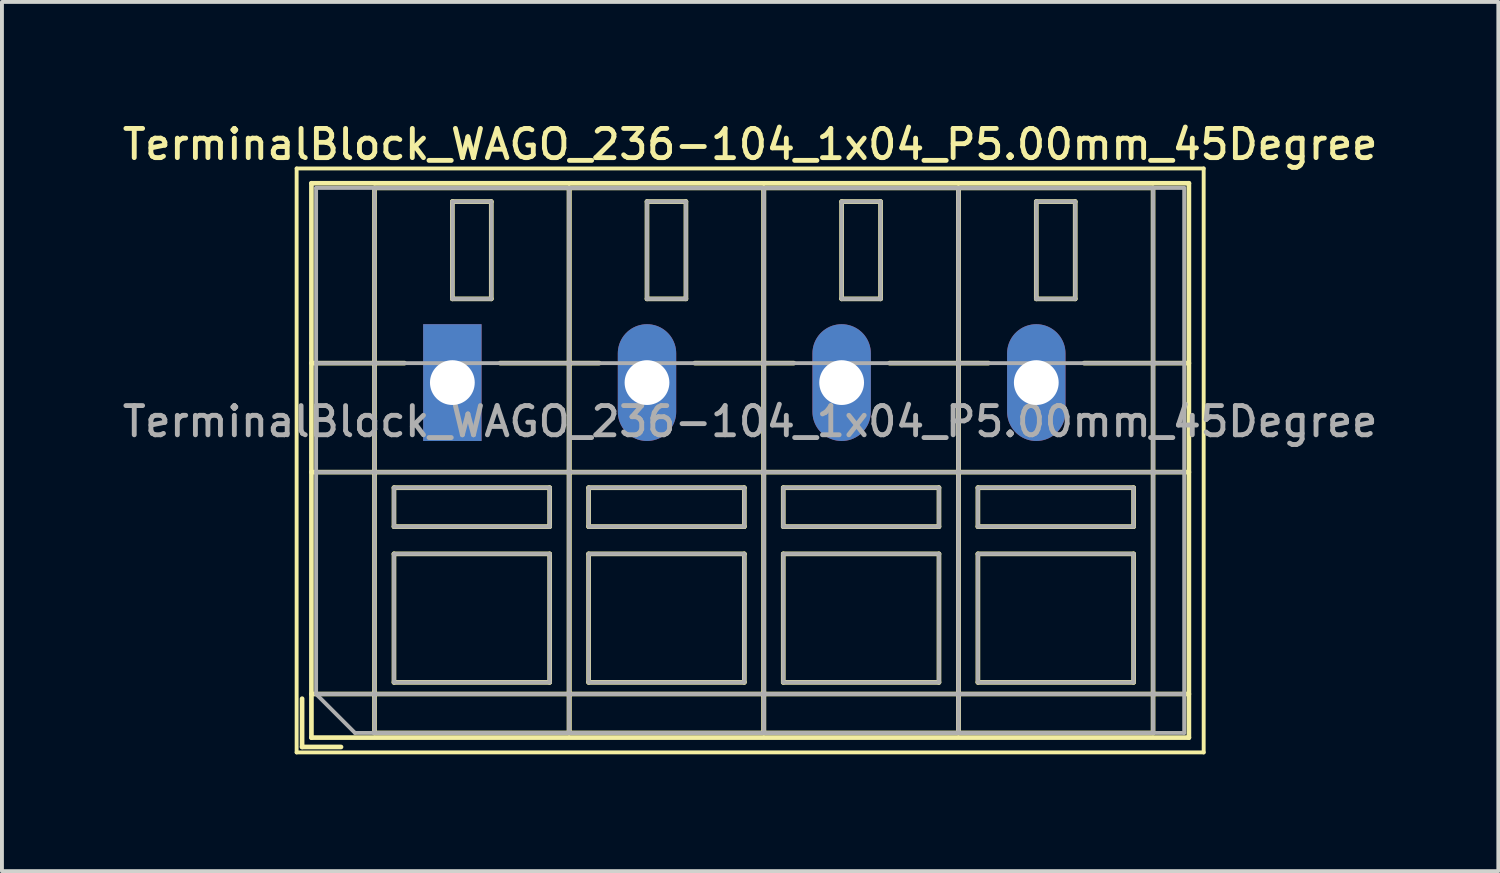
<source format=kicad_pcb>
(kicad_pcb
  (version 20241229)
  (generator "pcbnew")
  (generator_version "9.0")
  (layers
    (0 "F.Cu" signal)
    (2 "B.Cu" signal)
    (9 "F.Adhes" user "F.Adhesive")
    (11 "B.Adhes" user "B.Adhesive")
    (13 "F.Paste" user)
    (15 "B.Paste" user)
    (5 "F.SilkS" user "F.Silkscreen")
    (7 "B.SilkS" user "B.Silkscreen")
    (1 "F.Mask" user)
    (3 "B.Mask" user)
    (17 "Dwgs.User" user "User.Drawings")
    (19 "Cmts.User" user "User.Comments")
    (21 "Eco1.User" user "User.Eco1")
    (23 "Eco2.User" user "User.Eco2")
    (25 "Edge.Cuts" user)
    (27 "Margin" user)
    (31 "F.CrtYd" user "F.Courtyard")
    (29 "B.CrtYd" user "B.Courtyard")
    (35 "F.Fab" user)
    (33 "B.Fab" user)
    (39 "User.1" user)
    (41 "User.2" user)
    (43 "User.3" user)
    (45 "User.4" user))
  (footprint "TerminalBlock_WAGO_236-104_1x04_P5.00mm_45Degree"
    (layer "F.Cu")
    (at 8.57 6.778)
    (property "Reference" "TerminalBlock_WAGO_236-104_1x04_P5.00mm_45Degree" (at 7.65 -6.12 0) (layer "F.SilkS") (effects (font (size 0.75 0.75) (thickness 0.125))))
    (attr through_hole)
    (fp_line (start -4 -5.5) (end -4 9.5) (stroke (width 0.1) (type solid)) (layer "F.SilkS"))
    (fp_line (start -4 9.5) (end 19.3 9.5) (stroke (width 0.1) (type solid)) (layer "F.SilkS"))
    (fp_line (start -3.86 8.12) (end -3.86 9.36) (stroke (width 0.12) (type solid)) (layer "F.SilkS"))
    (fp_line (start -3.86 9.36) (end -2.86 9.36) (stroke (width 0.12) (type solid)) (layer "F.SilkS"))
    (fp_line (start -3.62 -5.12) (end -3.62 9.12) (stroke (width 0.12) (type solid)) (layer "F.SilkS"))
    (fp_line (start -3.62 -5.12) (end 18.92 -5.12) (stroke (width 0.12) (type solid)) (layer "F.SilkS"))
    (fp_line (start -3.62 -0.5) (end -1.23 -0.5) (stroke (width 0.12) (type solid)) (layer "F.SilkS"))
    (fp_line (start -3.62 2.3) (end 18.92 2.3) (stroke (width 0.12) (type solid)) (layer "F.SilkS"))
    (fp_line (start -3.62 8) (end 18.92 8) (stroke (width 0.12) (type solid)) (layer "F.SilkS"))
    (fp_line (start -3.62 9.12) (end 18.92 9.12) (stroke (width 0.12) (type solid)) (layer "F.SilkS"))
    (fp_line (start -2 -5) (end -2 9) (stroke (width 0.12) (type solid)) (layer "F.SilkS"))
    (fp_line (start -2 -5) (end 3 -5) (stroke (width 0.12) (type solid)) (layer "F.SilkS"))
    (fp_line (start -2 9) (end 3 9) (stroke (width 0.12) (type solid)) (layer "F.SilkS"))
    (fp_line (start -1.5 2.7) (end -1.5 3.7) (stroke (width 0.12) (type solid)) (layer "F.SilkS"))
    (fp_line (start -1.5 2.7) (end 2.5 2.7) (stroke (width 0.12) (type solid)) (layer "F.SilkS"))
    (fp_line (start -1.5 3.7) (end 2.5 3.7) (stroke (width 0.12) (type solid)) (layer "F.SilkS"))
    (fp_line (start -1.5 4.4) (end -1.5 7.7) (stroke (width 0.12) (type solid)) (layer "F.SilkS"))
    (fp_line (start -1.5 4.4) (end 2.5 4.4) (stroke (width 0.12) (type solid)) (layer "F.SilkS"))
    (fp_line (start -1.5 7.7) (end 2.5 7.7) (stroke (width 0.12) (type solid)) (layer "F.SilkS"))
    (fp_line (start 0 -4.65) (end 0 -2.151) (stroke (width 0.12) (type solid)) (layer "F.SilkS"))
    (fp_line (start 0 -4.65) (end 1 -4.65) (stroke (width 0.12) (type solid)) (layer "F.SilkS"))
    (fp_line (start 0 -2.151) (end 1 -2.151) (stroke (width 0.12) (type solid)) (layer "F.SilkS"))
    (fp_line (start 1 -4.65) (end 1 -2.151) (stroke (width 0.12) (type solid)) (layer "F.SilkS"))
    (fp_line (start 1.23 -0.5) (end 3.77 -0.5) (stroke (width 0.12) (type solid)) (layer "F.SilkS"))
    (fp_line (start 2.5 2.7) (end 2.5 3.7) (stroke (width 0.12) (type solid)) (layer "F.SilkS"))
    (fp_line (start 2.5 4.4) (end 2.5 7.7) (stroke (width 0.12) (type solid)) (layer "F.SilkS"))
    (fp_line (start 3 -5) (end 3 9) (stroke (width 0.12) (type solid)) (layer "F.SilkS"))
    (fp_line (start 3 -5) (end 3 9) (stroke (width 0.12) (type solid)) (layer "F.SilkS"))
    (fp_line (start 3 -5) (end 8 -5) (stroke (width 0.12) (type solid)) (layer "F.SilkS"))
    (fp_line (start 3 9) (end 8 9) (stroke (width 0.12) (type solid)) (layer "F.SilkS"))
    (fp_line (start 3.5 2.7) (end 3.5 3.7) (stroke (width 0.12) (type solid)) (layer "F.SilkS"))
    (fp_line (start 3.5 2.7) (end 7.5 2.7) (stroke (width 0.12) (type solid)) (layer "F.SilkS"))
    (fp_line (start 3.5 3.7) (end 7.5 3.7) (stroke (width 0.12) (type solid)) (layer "F.SilkS"))
    (fp_line (start 3.5 4.4) (end 3.5 7.7) (stroke (width 0.12) (type solid)) (layer "F.SilkS"))
    (fp_line (start 3.5 4.4) (end 7.5 4.4) (stroke (width 0.12) (type solid)) (layer "F.SilkS"))
    (fp_line (start 3.5 7.7) (end 7.5 7.7) (stroke (width 0.12) (type solid)) (layer "F.SilkS"))
    (fp_line (start 5 -4.65) (end 5 -2.151) (stroke (width 0.12) (type solid)) (layer "F.SilkS"))
    (fp_line (start 5 -4.65) (end 6 -4.65) (stroke (width 0.12) (type solid)) (layer "F.SilkS"))
    (fp_line (start 5 -2.151) (end 6 -2.151) (stroke (width 0.12) (type solid)) (layer "F.SilkS"))
    (fp_line (start 6 -4.65) (end 6 -2.151) (stroke (width 0.12) (type solid)) (layer "F.SilkS"))
    (fp_line (start 6.23 -0.5) (end 8.77 -0.5) (stroke (width 0.12) (type solid)) (layer "F.SilkS"))
    (fp_line (start 7.5 2.7) (end 7.5 3.7) (stroke (width 0.12) (type solid)) (layer "F.SilkS"))
    (fp_line (start 7.5 4.4) (end 7.5 7.7) (stroke (width 0.12) (type solid)) (layer "F.SilkS"))
    (fp_line (start 8 -5) (end 8 9) (stroke (width 0.12) (type solid)) (layer "F.SilkS"))
    (fp_line (start 8 -5) (end 8 9) (stroke (width 0.12) (type solid)) (layer "F.SilkS"))
    (fp_line (start 8 -5) (end 13 -5) (stroke (width 0.12) (type solid)) (layer "F.SilkS"))
    (fp_line (start 8 9) (end 13 9) (stroke (width 0.12) (type solid)) (layer "F.SilkS"))
    (fp_line (start 8.5 2.7) (end 8.5 3.7) (stroke (width 0.12) (type solid)) (layer "F.SilkS"))
    (fp_line (start 8.5 2.7) (end 12.5 2.7) (stroke (width 0.12) (type solid)) (layer "F.SilkS"))
    (fp_line (start 8.5 3.7) (end 12.5 3.7) (stroke (width 0.12) (type solid)) (layer "F.SilkS"))
    (fp_line (start 8.5 4.4) (end 8.5 7.7) (stroke (width 0.12) (type solid)) (layer "F.SilkS"))
    (fp_line (start 8.5 4.4) (end 12.5 4.4) (stroke (width 0.12) (type solid)) (layer "F.SilkS"))
    (fp_line (start 8.5 7.7) (end 12.5 7.7) (stroke (width 0.12) (type solid)) (layer "F.SilkS"))
    (fp_line (start 10 -4.65) (end 10 -2.151) (stroke (width 0.12) (type solid)) (layer "F.SilkS"))
    (fp_line (start 10 -4.65) (end 11 -4.65) (stroke (width 0.12) (type solid)) (layer "F.SilkS"))
    (fp_line (start 10 -2.151) (end 11 -2.151) (stroke (width 0.12) (type solid)) (layer "F.SilkS"))
    (fp_line (start 11 -4.65) (end 11 -2.151) (stroke (width 0.12) (type solid)) (layer "F.SilkS"))
    (fp_line (start 11.23 -0.5) (end 13.77 -0.5) (stroke (width 0.12) (type solid)) (layer "F.SilkS"))
    (fp_line (start 12.5 2.7) (end 12.5 3.7) (stroke (width 0.12) (type solid)) (layer "F.SilkS"))
    (fp_line (start 12.5 4.4) (end 12.5 7.7) (stroke (width 0.12) (type solid)) (layer "F.SilkS"))
    (fp_line (start 13 -5) (end 13 9) (stroke (width 0.12) (type solid)) (layer "F.SilkS"))
    (fp_line (start 13 -5) (end 13 9) (stroke (width 0.12) (type solid)) (layer "F.SilkS"))
    (fp_line (start 13 -5) (end 18 -5) (stroke (width 0.12) (type solid)) (layer "F.SilkS"))
    (fp_line (start 13 9) (end 18 9) (stroke (width 0.12) (type solid)) (layer "F.SilkS"))
    (fp_line (start 13.5 2.7) (end 13.5 3.7) (stroke (width 0.12) (type solid)) (layer "F.SilkS"))
    (fp_line (start 13.5 2.7) (end 17.5 2.7) (stroke (width 0.12) (type solid)) (layer "F.SilkS"))
    (fp_line (start 13.5 3.7) (end 17.5 3.7) (stroke (width 0.12) (type solid)) (layer "F.SilkS"))
    (fp_line (start 13.5 4.4) (end 13.5 7.7) (stroke (width 0.12) (type solid)) (layer "F.SilkS"))
    (fp_line (start 13.5 4.4) (end 17.5 4.4) (stroke (width 0.12) (type solid)) (layer "F.SilkS"))
    (fp_line (start 13.5 7.7) (end 17.5 7.7) (stroke (width 0.12) (type solid)) (layer "F.SilkS"))
    (fp_line (start 15 -4.65) (end 15 -2.151) (stroke (width 0.12) (type solid)) (layer "F.SilkS"))
    (fp_line (start 15 -4.65) (end 16 -4.65) (stroke (width 0.12) (type solid)) (layer "F.SilkS"))
    (fp_line (start 15 -2.151) (end 16 -2.151) (stroke (width 0.12) (type solid)) (layer "F.SilkS"))
    (fp_line (start 16 -4.65) (end 16 -2.151) (stroke (width 0.12) (type solid)) (layer "F.SilkS"))
    (fp_line (start 16.23 -0.5) (end 18.92 -0.5) (stroke (width 0.12) (type solid)) (layer "F.SilkS"))
    (fp_line (start 17.5 2.7) (end 17.5 3.7) (stroke (width 0.12) (type solid)) (layer "F.SilkS"))
    (fp_line (start 17.5 4.4) (end 17.5 7.7) (stroke (width 0.12) (type solid)) (layer "F.SilkS"))
    (fp_line (start 18 -5) (end 18 9) (stroke (width 0.12) (type solid)) (layer "F.SilkS"))
    (fp_line (start 18.92 -5.12) (end 18.92 9.12) (stroke (width 0.12) (type solid)) (layer "F.SilkS"))
    (fp_line (start 19.3 -5.5) (end -4 -5.5) (stroke (width 0.1) (type solid)) (layer "F.SilkS"))
    (fp_line (start 19.3 9.5) (end 19.3 -5.5) (stroke (width 0.1) (type solid)) (layer "F.SilkS"))
    (fp_line (start -3.5 -5) (end 18.8 -5) (stroke (width 0.1) (type solid)) (layer "F.Fab"))
    (fp_line (start -3.5 -0.5) (end 18.8 -0.5) (stroke (width 0.1) (type solid)) (layer "F.Fab"))
    (fp_line (start -3.5 2.3) (end 18.8 2.3) (stroke (width 0.1) (type solid)) (layer "F.Fab"))
    (fp_line (start -3.5 8) (end -3.5 -5) (stroke (width 0.1) (type solid)) (layer "F.Fab"))
    (fp_line (start -3.5 8) (end 18.8 8) (stroke (width 0.1) (type solid)) (layer "F.Fab"))
    (fp_line (start -2.5 9) (end -3.5 8) (stroke (width 0.1) (type solid)) (layer "F.Fab"))
    (fp_line (start -2 -5) (end -2 9) (stroke (width 0.1) (type solid)) (layer "F.Fab"))
    (fp_line (start -2 9) (end 3 9) (stroke (width 0.1) (type solid)) (layer "F.Fab"))
    (fp_line (start -1.5 2.7) (end -1.5 3.7) (stroke (width 0.1) (type solid)) (layer "F.Fab"))
    (fp_line (start -1.5 3.7) (end 2.5 3.7) (stroke (width 0.1) (type solid)) (layer "F.Fab"))
    (fp_line (start -1.5 4.4) (end -1.5 7.7) (stroke (width 0.1) (type solid)) (layer "F.Fab"))
    (fp_line (start -1.5 7.7) (end 2.5 7.7) (stroke (width 0.1) (type solid)) (layer "F.Fab"))
    (fp_line (start 0 -4.65) (end 0 -2.15) (stroke (width 0.1) (type solid)) (layer "F.Fab"))
    (fp_line (start 0 -2.15) (end 1 -2.15) (stroke (width 0.1) (type solid)) (layer "F.Fab"))
    (fp_line (start 1 -4.65) (end 0 -4.65) (stroke (width 0.1) (type solid)) (layer "F.Fab"))
    (fp_line (start 1 -2.15) (end 1 -4.65) (stroke (width 0.1) (type solid)) (layer "F.Fab"))
    (fp_line (start 2.5 2.7) (end -1.5 2.7) (stroke (width 0.1) (type solid)) (layer "F.Fab"))
    (fp_line (start 2.5 3.7) (end 2.5 2.7) (stroke (width 0.1) (type solid)) (layer "F.Fab"))
    (fp_line (start 2.5 4.4) (end -1.5 4.4) (stroke (width 0.1) (type solid)) (layer "F.Fab"))
    (fp_line (start 2.5 7.7) (end 2.5 4.4) (stroke (width 0.1) (type solid)) (layer "F.Fab"))
    (fp_line (start 3 -5) (end -2 -5) (stroke (width 0.1) (type solid)) (layer "F.Fab"))
    (fp_line (start 3 -5) (end 3 9) (stroke (width 0.1) (type solid)) (layer "F.Fab"))
    (fp_line (start 3 9) (end 3 -5) (stroke (width 0.1) (type solid)) (layer "F.Fab"))
    (fp_line (start 3 9) (end 8 9) (stroke (width 0.1) (type solid)) (layer "F.Fab"))
    (fp_line (start 3.5 2.7) (end 3.5 3.7) (stroke (width 0.1) (type solid)) (layer "F.Fab"))
    (fp_line (start 3.5 3.7) (end 7.5 3.7) (stroke (width 0.1) (type solid)) (layer "F.Fab"))
    (fp_line (start 3.5 4.4) (end 3.5 7.7) (stroke (width 0.1) (type solid)) (layer "F.Fab"))
    (fp_line (start 3.5 7.7) (end 7.5 7.7) (stroke (width 0.1) (type solid)) (layer "F.Fab"))
    (fp_line (start 5 -4.65) (end 5 -2.15) (stroke (width 0.1) (type solid)) (layer "F.Fab"))
    (fp_line (start 5 -2.15) (end 6 -2.15) (stroke (width 0.1) (type solid)) (layer "F.Fab"))
    (fp_line (start 6 -4.65) (end 5 -4.65) (stroke (width 0.1) (type solid)) (layer "F.Fab"))
    (fp_line (start 6 -2.15) (end 6 -4.65) (stroke (width 0.1) (type solid)) (layer "F.Fab"))
    (fp_line (start 7.5 2.7) (end 3.5 2.7) (stroke (width 0.1) (type solid)) (layer "F.Fab"))
    (fp_line (start 7.5 3.7) (end 7.5 2.7) (stroke (width 0.1) (type solid)) (layer "F.Fab"))
    (fp_line (start 7.5 4.4) (end 3.5 4.4) (stroke (width 0.1) (type solid)) (layer "F.Fab"))
    (fp_line (start 7.5 7.7) (end 7.5 4.4) (stroke (width 0.1) (type solid)) (layer "F.Fab"))
    (fp_line (start 8 -5) (end 3 -5) (stroke (width 0.1) (type solid)) (layer "F.Fab"))
    (fp_line (start 8 -5) (end 8 9) (stroke (width 0.1) (type solid)) (layer "F.Fab"))
    (fp_line (start 8 9) (end 8 -5) (stroke (width 0.1) (type solid)) (layer "F.Fab"))
    (fp_line (start 8 9) (end 13 9) (stroke (width 0.1) (type solid)) (layer "F.Fab"))
    (fp_line (start 8.5 2.7) (end 8.5 3.7) (stroke (width 0.1) (type solid)) (layer "F.Fab"))
    (fp_line (start 8.5 3.7) (end 12.5 3.7) (stroke (width 0.1) (type solid)) (layer "F.Fab"))
    (fp_line (start 8.5 4.4) (end 8.5 7.7) (stroke (width 0.1) (type solid)) (layer "F.Fab"))
    (fp_line (start 8.5 7.7) (end 12.5 7.7) (stroke (width 0.1) (type solid)) (layer "F.Fab"))
    (fp_line (start 10 -4.65) (end 10 -2.15) (stroke (width 0.1) (type solid)) (layer "F.Fab"))
    (fp_line (start 10 -2.15) (end 11 -2.15) (stroke (width 0.1) (type solid)) (layer "F.Fab"))
    (fp_line (start 11 -4.65) (end 10 -4.65) (stroke (width 0.1) (type solid)) (layer "F.Fab"))
    (fp_line (start 11 -2.15) (end 11 -4.65) (stroke (width 0.1) (type solid)) (layer "F.Fab"))
    (fp_line (start 12.5 2.7) (end 8.5 2.7) (stroke (width 0.1) (type solid)) (layer "F.Fab"))
    (fp_line (start 12.5 3.7) (end 12.5 2.7) (stroke (width 0.1) (type solid)) (layer "F.Fab"))
    (fp_line (start 12.5 4.4) (end 8.5 4.4) (stroke (width 0.1) (type solid)) (layer "F.Fab"))
    (fp_line (start 12.5 7.7) (end 12.5 4.4) (stroke (width 0.1) (type solid)) (layer "F.Fab"))
    (fp_line (start 13 -5) (end 8 -5) (stroke (width 0.1) (type solid)) (layer "F.Fab"))
    (fp_line (start 13 -5) (end 13 9) (stroke (width 0.1) (type solid)) (layer "F.Fab"))
    (fp_line (start 13 9) (end 13 -5) (stroke (width 0.1) (type solid)) (layer "F.Fab"))
    (fp_line (start 13 9) (end 18 9) (stroke (width 0.1) (type solid)) (layer "F.Fab"))
    (fp_line (start 13.5 2.7) (end 13.5 3.7) (stroke (width 0.1) (type solid)) (layer "F.Fab"))
    (fp_line (start 13.5 3.7) (end 17.5 3.7) (stroke (width 0.1) (type solid)) (layer "F.Fab"))
    (fp_line (start 13.5 4.4) (end 13.5 7.7) (stroke (width 0.1) (type solid)) (layer "F.Fab"))
    (fp_line (start 13.5 7.7) (end 17.5 7.7) (stroke (width 0.1) (type solid)) (layer "F.Fab"))
    (fp_line (start 15 -4.65) (end 15 -2.15) (stroke (width 0.1) (type solid)) (layer "F.Fab"))
    (fp_line (start 15 -2.15) (end 16 -2.15) (stroke (width 0.1) (type solid)) (layer "F.Fab"))
    (fp_line (start 16 -4.65) (end 15 -4.65) (stroke (width 0.1) (type solid)) (layer "F.Fab"))
    (fp_line (start 16 -2.15) (end 16 -4.65) (stroke (width 0.1) (type solid)) (layer "F.Fab"))
    (fp_line (start 17.5 2.7) (end 13.5 2.7) (stroke (width 0.1) (type solid)) (layer "F.Fab"))
    (fp_line (start 17.5 3.7) (end 17.5 2.7) (stroke (width 0.1) (type solid)) (layer "F.Fab"))
    (fp_line (start 17.5 4.4) (end 13.5 4.4) (stroke (width 0.1) (type solid)) (layer "F.Fab"))
    (fp_line (start 17.5 7.7) (end 17.5 4.4) (stroke (width 0.1) (type solid)) (layer "F.Fab"))
    (fp_line (start 18 -5) (end 13 -5) (stroke (width 0.1) (type solid)) (layer "F.Fab"))
    (fp_line (start 18 9) (end 18 -5) (stroke (width 0.1) (type solid)) (layer "F.Fab"))
    (fp_line (start 18.8 -5) (end 18.8 9) (stroke (width 0.1) (type solid)) (layer "F.Fab"))
    (fp_line (start 18.8 9) (end -2.5 9) (stroke (width 0.1) (type solid)) (layer "F.Fab"))
    (fp_text user "${REFERENCE}" (at 7.65 1 0) (layer "F.Fab") (effects (font (size 0.75 0.75) (thickness 0.125))))
    (pad "1" thru_hole rect (at 0 0) (size 1.5 3) (drill 1.15) (layers "*.Cu" "*.Mask"))
    (pad "2" thru_hole oval (at 5 0) (size 1.5 3) (drill 1.15) (layers "*.Cu" "*.Mask"))
    (pad "3" thru_hole oval (at 10 0) (size 1.5 3) (drill 1.15) (layers "*.Cu" "*.Mask"))
    (pad "4" thru_hole oval (at 15 0) (size 1.5 3) (drill 1.15) (layers "*.Cu" "*.Mask")))
  (gr_rect
    (start -3 -3)
    (end 35.439 19.328)
    (stroke (width 0.1) (type default))
    (fill no)
    (layer "Edge.Cuts")))
</source>
